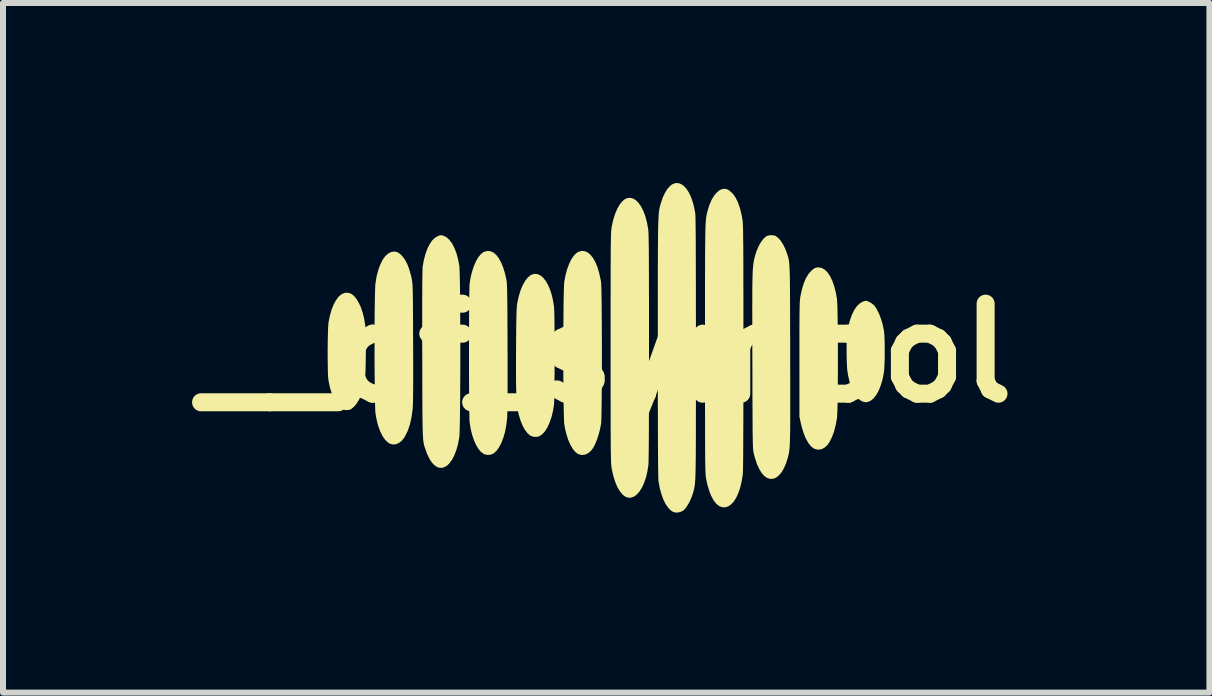
<source format=kicad_pcb>
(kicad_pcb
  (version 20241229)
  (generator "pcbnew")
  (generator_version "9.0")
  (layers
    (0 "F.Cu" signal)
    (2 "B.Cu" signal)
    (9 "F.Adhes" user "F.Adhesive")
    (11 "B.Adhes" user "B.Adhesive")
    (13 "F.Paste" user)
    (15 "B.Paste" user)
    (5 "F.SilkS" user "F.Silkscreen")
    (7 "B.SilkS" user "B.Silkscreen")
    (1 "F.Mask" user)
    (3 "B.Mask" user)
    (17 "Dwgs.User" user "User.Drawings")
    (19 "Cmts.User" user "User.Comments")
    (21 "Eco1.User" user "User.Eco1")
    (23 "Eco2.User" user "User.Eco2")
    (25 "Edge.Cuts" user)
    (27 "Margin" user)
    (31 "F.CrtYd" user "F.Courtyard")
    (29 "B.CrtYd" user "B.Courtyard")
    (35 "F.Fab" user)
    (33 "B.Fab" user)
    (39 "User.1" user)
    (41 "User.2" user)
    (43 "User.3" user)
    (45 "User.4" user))
  (footprint "__df_symbol"
    (layer "F.Cu")
    (at 7.05 2.831)
    (property "Reference" "__df_symbol" (at 0 0 0) (layer "F.SilkS") (effects (font (size 1.5 1.5) (thickness 0.3))))
    (attr board_only exclude_from_pos_files exclude_from_bom)
    (fp_poly (pts (xy 4.356 -0.863) (xy 4.393 -0.845) (xy 4.431 -0.821) (xy 4.464 -0.792) (xy 4.474 -0.78) (xy 4.512 -0.723) (xy 4.547 -0.65) (xy 4.579 -0.566) (xy 4.606 -0.474) (xy 4.626 -0.377) (xy 4.63 -0.347) (xy 4.634 -0.305) (xy 4.637 -0.248) (xy 4.639 -0.18) (xy 4.64 -0.103) (xy 4.64 -0.021) (xy 4.64 0.06) (xy 4.638 0.139) (xy 4.635 0.211) (xy 4.632 0.272) (xy 4.627 0.319) (xy 4.625 0.332) (xy 4.604 0.44) (xy 4.575 0.537) (xy 4.542 0.622) (xy 4.503 0.693) (xy 4.46 0.75) (xy 4.414 0.791) (xy 4.365 0.815) (xy 4.326 0.821) (xy 4.297 0.816) (xy 4.263 0.805) (xy 4.252 0.8) (xy 4.205 0.767) (xy 4.161 0.716) (xy 4.121 0.65) (xy 4.085 0.571) (xy 4.054 0.479) (xy 4.031 0.378) (xy 4.021 0.32) (xy 4.015 0.273) (xy 4.011 0.211) (xy 4.008 0.137) (xy 4.006 0.057) (xy 4.005 -0.027) (xy 4.005 -0.11) (xy 4.007 -0.188) (xy 4.009 -0.256) (xy 4.013 -0.312) (xy 4.016 -0.338) (xy 4.035 -0.448) (xy 4.062 -0.549) (xy 4.095 -0.64) (xy 4.132 -0.716) (xy 4.174 -0.777) (xy 4.183 -0.787) (xy 4.224 -0.825) (xy 4.268 -0.852) (xy 4.31 -0.867) (xy 4.326 -0.869)) (stroke (width 0) (type solid)) (fill yes) (layer "F.SilkS"))
    (fp_poly (pts (xy -4.263 -0.993) (xy -4.25 -0.987) (xy -4.206 -0.955) (xy -4.164 -0.905) (xy -4.125 -0.841) (xy -4.089 -0.764) (xy -4.059 -0.675) (xy -4.034 -0.579) (xy -4.017 -0.476) (xy -4.015 -0.467) (xy -4.012 -0.428) (xy -4.009 -0.372) (xy -4.007 -0.304) (xy -4.006 -0.226) (xy -4.005 -0.14) (xy -4.005 -0.05) (xy -4.005 0.041) (xy -4.007 0.13) (xy -4.008 0.214) (xy -4.01 0.291) (xy -4.013 0.357) (xy -4.016 0.41) (xy -4.02 0.445) (xy -4.045 0.573) (xy -4.077 0.685) (xy -4.118 0.778) (xy -4.166 0.854) (xy -4.204 0.897) (xy -4.242 0.929) (xy -4.271 0.945) (xy -4.282 0.948) (xy -4.307 0.949) (xy -4.32 0.951) (xy -4.338 0.952) (xy -4.363 0.948) (xy -4.41 0.927) (xy -4.455 0.889) (xy -4.497 0.834) (xy -4.536 0.765) (xy -4.57 0.683) (xy -4.599 0.589) (xy -4.622 0.487) (xy -4.63 0.435) (xy -4.633 0.401) (xy -4.636 0.351) (xy -4.638 0.287) (xy -4.639 0.212) (xy -4.64 0.13) (xy -4.641 0.042) (xy -4.641 -0.049) (xy -4.64 -0.139) (xy -4.639 -0.226) (xy -4.637 -0.307) (xy -4.635 -0.379) (xy -4.632 -0.44) (xy -4.629 -0.486) (xy -4.626 -0.513) (xy -4.603 -0.624) (xy -4.575 -0.723) (xy -4.541 -0.808) (xy -4.502 -0.879) (xy -4.46 -0.936) (xy -4.414 -0.976) (xy -4.365 -0.999) (xy -4.315 -1.005)) (stroke (width 0) (type solid)) (fill yes) (layer "F.SilkS"))
    (fp_poly (pts (xy 3.59 -1.417) (xy 3.64 -1.389) (xy 3.687 -1.343) (xy 3.73 -1.28) (xy 3.767 -1.202) (xy 3.8 -1.108) (xy 3.827 -1) (xy 3.844 -0.904) (xy 3.847 -0.875) (xy 3.849 -0.828) (xy 3.852 -0.766) (xy 3.854 -0.689) (xy 3.855 -0.6) (xy 3.857 -0.5) (xy 3.858 -0.391) (xy 3.859 -0.276) (xy 3.86 -0.155) (xy 3.86 -0.03) (xy 3.86 0.096) (xy 3.86 0.222) (xy 3.86 0.346) (xy 3.859 0.467) (xy 3.858 0.582) (xy 3.857 0.69) (xy 3.855 0.789) (xy 3.854 0.878) (xy 3.852 0.953) (xy 3.849 1.015) (xy 3.847 1.06) (xy 3.845 1.084) (xy 3.824 1.199) (xy 3.797 1.305) (xy 3.763 1.399) (xy 3.723 1.479) (xy 3.683 1.536) (xy 3.637 1.578) (xy 3.587 1.603) (xy 3.534 1.611) (xy 3.481 1.601) (xy 3.453 1.588) (xy 3.408 1.551) (xy 3.366 1.497) (xy 3.326 1.426) (xy 3.291 1.341) (xy 3.261 1.244) (xy 3.244 1.177) (xy 3.219 1.06) (xy 3.219 0.103) (xy 3.219 -0.057) (xy 3.219 -0.198) (xy 3.219 -0.322) (xy 3.219 -0.43) (xy 3.22 -0.524) (xy 3.22 -0.605) (xy 3.221 -0.673) (xy 3.222 -0.731) (xy 3.223 -0.779) (xy 3.224 -0.819) (xy 3.226 -0.852) (xy 3.228 -0.879) (xy 3.23 -0.901) (xy 3.232 -0.921) (xy 3.235 -0.938) (xy 3.236 -0.948) (xy 3.262 -1.064) (xy 3.292 -1.162) (xy 3.327 -1.245) (xy 3.368 -1.313) (xy 3.397 -1.348) (xy 3.436 -1.387) (xy 3.471 -1.412) (xy 3.506 -1.424) (xy 3.536 -1.426)) (stroke (width 0) (type solid)) (fill yes) (layer "F.SilkS"))
    (fp_poly (pts (xy -1.145 -1.314) (xy -1.097 -1.293) (xy -1.051 -1.255) (xy -1.009 -1.202) (xy -0.97 -1.135) (xy -0.935 -1.054) (xy -0.906 -0.962) (xy -0.883 -0.859) (xy -0.87 -0.772) (xy -0.868 -0.745) (xy -0.866 -0.701) (xy -0.864 -0.641) (xy -0.863 -0.567) (xy -0.862 -0.482) (xy -0.861 -0.387) (xy -0.86 -0.284) (xy -0.86 -0.176) (xy -0.86 -0.063) (xy -0.86 0.051) (xy -0.86 0.165) (xy -0.86 0.277) (xy -0.861 0.386) (xy -0.861 0.488) (xy -0.862 0.582) (xy -0.864 0.667) (xy -0.865 0.739) (xy -0.867 0.798) (xy -0.869 0.841) (xy -0.87 0.865) (xy -0.887 0.967) (xy -0.911 1.065) (xy -0.941 1.154) (xy -0.976 1.233) (xy -1.015 1.297) (xy -1.038 1.326) (xy -1.082 1.367) (xy -1.124 1.391) (xy -1.169 1.399) (xy -1.22 1.394) (xy -1.266 1.375) (xy -1.31 1.338) (xy -1.352 1.284) (xy -1.391 1.215) (xy -1.426 1.131) (xy -1.455 1.035) (xy -1.457 1.027) (xy -1.466 0.988) (xy -1.474 0.947) (xy -1.481 0.902) (xy -1.487 0.852) (xy -1.491 0.795) (xy -1.495 0.731) (xy -1.498 0.657) (xy -1.501 0.572) (xy -1.502 0.476) (xy -1.503 0.365) (xy -1.503 0.24) (xy -1.503 0.098) (xy -1.502 -0.061) (xy -1.502 -0.103) (xy -1.501 -0.234) (xy -1.5 -0.348) (xy -1.499 -0.445) (xy -1.498 -0.528) (xy -1.496 -0.597) (xy -1.495 -0.654) (xy -1.493 -0.702) (xy -1.491 -0.741) (xy -1.489 -0.773) (xy -1.486 -0.8) (xy -1.483 -0.823) (xy -1.48 -0.84) (xy -1.456 -0.949) (xy -1.426 -1.047) (xy -1.39 -1.132) (xy -1.35 -1.203) (xy -1.306 -1.258) (xy -1.259 -1.296) (xy -1.245 -1.304) (xy -1.195 -1.318)) (stroke (width 0) (type solid)) (fill yes) (layer "F.SilkS"))
    (fp_poly (pts (xy -3.498 -1.686) (xy -3.463 -1.671) (xy -3.427 -1.644) (xy -3.397 -1.612) (xy -3.352 -1.553) (xy -3.314 -1.48) (xy -3.281 -1.393) (xy -3.252 -1.288) (xy -3.237 -1.221) (xy -3.235 -1.206) (xy -3.232 -1.188) (xy -3.23 -1.167) (xy -3.228 -1.141) (xy -3.226 -1.109) (xy -3.225 -1.07) (xy -3.223 -1.023) (xy -3.222 -0.966) (xy -3.221 -0.898) (xy -3.22 -0.819) (xy -3.22 -0.726) (xy -3.219 -0.618) (xy -3.218 -0.495) (xy -3.218 -0.355) (xy -3.217 -0.197) (xy -3.217 -0.166) (xy -3.216 0.031) (xy -3.216 0.21) (xy -3.216 0.368) (xy -3.216 0.508) (xy -3.217 0.627) (xy -3.218 0.728) (xy -3.219 0.808) (xy -3.221 0.87) (xy -3.223 0.911) (xy -3.223 0.922) (xy -3.242 1.064) (xy -3.27 1.191) (xy -3.308 1.301) (xy -3.356 1.395) (xy -3.367 1.414) (xy -3.41 1.466) (xy -3.458 1.502) (xy -3.508 1.522) (xy -3.559 1.524) (xy -3.608 1.51) (xy -3.63 1.496) (xy -3.682 1.448) (xy -3.728 1.382) (xy -3.769 1.299) (xy -3.803 1.202) (xy -3.83 1.09) (xy -3.844 1.006) (xy -3.847 0.977) (xy -3.849 0.931) (xy -3.851 0.868) (xy -3.853 0.79) (xy -3.855 0.7) (xy -3.856 0.599) (xy -3.857 0.489) (xy -3.858 0.371) (xy -3.859 0.247) (xy -3.86 0.118) (xy -3.86 -0.013) (xy -3.86 -0.144) (xy -3.86 -0.275) (xy -3.859 -0.403) (xy -3.859 -0.527) (xy -3.858 -0.646) (xy -3.857 -0.756) (xy -3.855 -0.857) (xy -3.853 -0.947) (xy -3.852 -1.025) (xy -3.849 -1.088) (xy -3.847 -1.134) (xy -3.844 -1.163) (xy -3.825 -1.278) (xy -3.798 -1.381) (xy -3.765 -1.471) (xy -3.728 -1.548) (xy -3.685 -1.609) (xy -3.638 -1.653) (xy -3.588 -1.681) (xy -3.536 -1.69)) (stroke (width 0) (type solid)) (fill yes) (layer "F.SilkS"))
    (fp_poly (pts (xy -0.361 -1.697) (xy -0.311 -1.676) (xy -0.264 -1.638) (xy -0.221 -1.584) (xy -0.181 -1.514) (xy -0.146 -1.43) (xy -0.117 -1.332) (xy -0.093 -1.221) (xy -0.086 -1.182) (xy -0.084 -1.158) (xy -0.082 -1.116) (xy -0.08 -1.058) (xy -0.079 -0.984) (xy -0.077 -0.898) (xy -0.076 -0.8) (xy -0.075 -0.692) (xy -0.074 -0.575) (xy -0.073 -0.451) (xy -0.073 -0.322) (xy -0.072 -0.189) (xy -0.072 -0.054) (xy -0.072 0.081) (xy -0.072 0.216) (xy -0.073 0.348) (xy -0.073 0.476) (xy -0.074 0.599) (xy -0.075 0.714) (xy -0.076 0.82) (xy -0.077 0.916) (xy -0.079 1) (xy -0.08 1.07) (xy -0.082 1.126) (xy -0.084 1.164) (xy -0.086 1.182) (xy -0.103 1.271) (xy -0.126 1.359) (xy -0.153 1.441) (xy -0.183 1.515) (xy -0.214 1.576) (xy -0.247 1.622) (xy -0.248 1.624) (xy -0.297 1.667) (xy -0.349 1.693) (xy -0.403 1.7) (xy -0.455 1.689) (xy -0.467 1.684) (xy -0.512 1.652) (xy -0.554 1.602) (xy -0.593 1.537) (xy -0.629 1.459) (xy -0.659 1.368) (xy -0.684 1.268) (xy -0.698 1.189) (xy -0.701 1.16) (xy -0.703 1.114) (xy -0.705 1.051) (xy -0.707 0.974) (xy -0.709 0.884) (xy -0.711 0.782) (xy -0.712 0.67) (xy -0.713 0.55) (xy -0.714 0.423) (xy -0.714 0.291) (xy -0.715 0.156) (xy -0.715 0.019) (xy -0.715 -0.118) (xy -0.715 -0.254) (xy -0.714 -0.387) (xy -0.713 -0.515) (xy -0.712 -0.637) (xy -0.711 -0.752) (xy -0.71 -0.856) (xy -0.708 -0.95) (xy -0.706 -1.031) (xy -0.704 -1.098) (xy -0.701 -1.149) (xy -0.699 -1.183) (xy -0.698 -1.189) (xy -0.678 -1.295) (xy -0.652 -1.393) (xy -0.62 -1.48) (xy -0.584 -1.556) (xy -0.543 -1.617) (xy -0.5 -1.661) (xy -0.465 -1.684) (xy -0.412 -1.7)) (stroke (width 0) (type solid)) (fill yes) (layer "F.SilkS"))
    (fp_poly (pts (xy -1.933 -1.697) (xy -1.883 -1.676) (xy -1.836 -1.638) (xy -1.792 -1.582) (xy -1.752 -1.51) (xy -1.716 -1.422) (xy -1.685 -1.32) (xy -1.665 -1.231) (xy -1.662 -1.216) (xy -1.659 -1.199) (xy -1.657 -1.179) (xy -1.655 -1.154) (xy -1.654 -1.123) (xy -1.652 -1.086) (xy -1.651 -1.04) (xy -1.65 -0.986) (xy -1.649 -0.921) (xy -1.648 -0.844) (xy -1.647 -0.755) (xy -1.646 -0.651) (xy -1.646 -0.533) (xy -1.645 -0.399) (xy -1.644 -0.247) (xy -1.644 -0.103) (xy -1.643 0.098) (xy -1.643 0.281) (xy -1.643 0.446) (xy -1.643 0.593) (xy -1.644 0.722) (xy -1.644 0.832) (xy -1.645 0.924) (xy -1.647 0.996) (xy -1.649 1.05) (xy -1.65 1.079) (xy -1.664 1.197) (xy -1.684 1.307) (xy -1.712 1.408) (xy -1.746 1.496) (xy -1.785 1.571) (xy -1.829 1.631) (xy -1.877 1.673) (xy -1.884 1.678) (xy -1.931 1.696) (xy -1.983 1.698) (xy -2.034 1.685) (xy -2.043 1.68) (xy -2.088 1.647) (xy -2.13 1.596) (xy -2.169 1.531) (xy -2.204 1.452) (xy -2.234 1.363) (xy -2.258 1.265) (xy -2.275 1.16) (xy -2.275 1.158) (xy -2.277 1.133) (xy -2.279 1.091) (xy -2.28 1.032) (xy -2.281 0.959) (xy -2.282 0.872) (xy -2.283 0.774) (xy -2.284 0.666) (xy -2.285 0.549) (xy -2.286 0.426) (xy -2.286 0.298) (xy -2.286 0.166) (xy -2.286 0.032) (xy -2.286 -0.103) (xy -2.286 -0.236) (xy -2.286 -0.366) (xy -2.285 -0.492) (xy -2.285 -0.612) (xy -2.284 -0.724) (xy -2.283 -0.827) (xy -2.282 -0.919) (xy -2.281 -0.999) (xy -2.279 -1.065) (xy -2.278 -1.115) (xy -2.276 -1.149) (xy -2.275 -1.158) (xy -2.259 -1.26) (xy -2.235 -1.356) (xy -2.206 -1.445) (xy -2.172 -1.523) (xy -2.134 -1.59) (xy -2.093 -1.642) (xy -2.051 -1.677) (xy -2.038 -1.684) (xy -1.985 -1.7)) (stroke (width 0) (type solid)) (fill yes) (layer "F.SilkS"))
    (fp_poly (pts (xy -2.714 -1.954) (xy -2.661 -1.929) (xy -2.613 -1.885) (xy -2.568 -1.825) (xy -2.529 -1.748) (xy -2.494 -1.658) (xy -2.467 -1.555) (xy -2.447 -1.451) (xy -2.445 -1.425) (xy -2.443 -1.381) (xy -2.441 -1.32) (xy -2.439 -1.244) (xy -2.437 -1.154) (xy -2.436 -1.052) (xy -2.435 -0.939) (xy -2.433 -0.817) (xy -2.433 -0.686) (xy -2.432 -0.549) (xy -2.431 -0.407) (xy -2.431 -0.261) (xy -2.431 -0.113) (xy -2.431 0.037) (xy -2.431 0.185) (xy -2.431 0.332) (xy -2.432 0.475) (xy -2.433 0.613) (xy -2.433 0.745) (xy -2.435 0.869) (xy -2.436 0.984) (xy -2.437 1.088) (xy -2.439 1.181) (xy -2.441 1.259) (xy -2.443 1.323) (xy -2.445 1.371) (xy -2.447 1.4) (xy -2.448 1.404) (xy -2.468 1.514) (xy -2.495 1.612) (xy -2.528 1.699) (xy -2.565 1.773) (xy -2.607 1.832) (xy -2.651 1.876) (xy -2.699 1.904) (xy -2.748 1.915) (xy -2.799 1.908) (xy -2.821 1.898) (xy -2.866 1.867) (xy -2.909 1.819) (xy -2.949 1.756) (xy -2.984 1.681) (xy -3.003 1.63) (xy -3.011 1.607) (xy -3.018 1.586) (xy -3.025 1.567) (xy -3.031 1.548) (xy -3.036 1.529) (xy -3.04 1.508) (xy -3.044 1.484) (xy -3.048 1.457) (xy -3.051 1.425) (xy -3.053 1.388) (xy -3.056 1.343) (xy -3.057 1.291) (xy -3.059 1.231) (xy -3.06 1.16) (xy -3.061 1.078) (xy -3.062 0.985) (xy -3.063 0.879) (xy -3.063 0.758) (xy -3.064 0.623) (xy -3.064 0.472) (xy -3.064 0.304) (xy -3.065 0.117) (xy -3.065 0.029) (xy -3.066 -0.186) (xy -3.066 -0.382) (xy -3.066 -0.56) (xy -3.066 -0.72) (xy -3.066 -0.863) (xy -3.065 -0.988) (xy -3.065 -1.098) (xy -3.064 -1.191) (xy -3.063 -1.269) (xy -3.062 -1.332) (xy -3.061 -1.381) (xy -3.06 -1.416) (xy -3.058 -1.438) (xy -3.058 -1.441) (xy -3.038 -1.549) (xy -3.012 -1.648) (xy -2.98 -1.737) (xy -2.942 -1.812) (xy -2.901 -1.873) (xy -2.856 -1.917) (xy -2.843 -1.926) (xy -2.803 -1.949) (xy -2.772 -1.96) (xy -2.741 -1.961)) (stroke (width 0) (type solid)) (fill yes) (layer "F.SilkS"))
    (fp_poly (pts (xy 0.45 -2.573) (xy 0.497 -2.543) (xy 0.542 -2.497) (xy 0.583 -2.436) (xy 0.621 -2.361) (xy 0.653 -2.273) (xy 0.679 -2.175) (xy 0.699 -2.066) (xy 0.701 -2.052) (xy 0.702 -2.033) (xy 0.704 -2.009) (xy 0.705 -1.978) (xy 0.706 -1.941) (xy 0.707 -1.896) (xy 0.708 -1.843) (xy 0.709 -1.781) (xy 0.71 -1.708) (xy 0.71 -1.624) (xy 0.711 -1.529) (xy 0.711 -1.421) (xy 0.712 -1.3) (xy 0.712 -1.164) (xy 0.712 -1.014) (xy 0.713 -0.848) (xy 0.713 -0.665) (xy 0.713 -0.465) (xy 0.713 -0.247) (xy 0.713 -0.093) (xy 0.713 0.164) (xy 0.713 0.401) (xy 0.713 0.619) (xy 0.712 0.819) (xy 0.712 1) (xy 0.711 1.163) (xy 0.711 1.309) (xy 0.71 1.437) (xy 0.709 1.548) (xy 0.708 1.643) (xy 0.707 1.721) (xy 0.706 1.782) (xy 0.705 1.828) (xy 0.703 1.859) (xy 0.702 1.871) (xy 0.685 1.979) (xy 0.661 2.079) (xy 0.63 2.167) (xy 0.595 2.244) (xy 0.555 2.307) (xy 0.511 2.357) (xy 0.465 2.392) (xy 0.416 2.41) (xy 0.367 2.411) (xy 0.324 2.397) (xy 0.276 2.363) (xy 0.232 2.311) (xy 0.19 2.243) (xy 0.154 2.16) (xy 0.122 2.063) (xy 0.097 1.954) (xy 0.091 1.925) (xy 0.089 1.912) (xy 0.087 1.898) (xy 0.085 1.882) (xy 0.084 1.864) (xy 0.082 1.843) (xy 0.081 1.817) (xy 0.08 1.786) (xy 0.079 1.749) (xy 0.078 1.705) (xy 0.077 1.654) (xy 0.076 1.594) (xy 0.076 1.524) (xy 0.075 1.445) (xy 0.075 1.354) (xy 0.074 1.251) (xy 0.074 1.136) (xy 0.074 1.007) (xy 0.074 0.863) (xy 0.073 0.705) (xy 0.073 0.529) (xy 0.073 0.337) (xy 0.073 0.127) (xy 0.073 -0.088) (xy 0.073 -0.316) (xy 0.073 -0.525) (xy 0.073 -0.716) (xy 0.073 -0.89) (xy 0.074 -1.048) (xy 0.074 -1.191) (xy 0.074 -1.319) (xy 0.074 -1.433) (xy 0.075 -1.535) (xy 0.075 -1.625) (xy 0.076 -1.704) (xy 0.076 -1.773) (xy 0.077 -1.833) (xy 0.078 -1.884) (xy 0.079 -1.927) (xy 0.08 -1.964) (xy 0.081 -1.994) (xy 0.082 -2.02) (xy 0.084 -2.041) (xy 0.086 -2.059) (xy 0.087 -2.074) (xy 0.089 -2.088) (xy 0.091 -2.1) (xy 0.115 -2.211) (xy 0.145 -2.31) (xy 0.181 -2.396) (xy 0.221 -2.468) (xy 0.265 -2.524) (xy 0.312 -2.563) (xy 0.35 -2.58) (xy 0.401 -2.585)) (stroke (width 0) (type solid)) (fill yes) (layer "F.SilkS"))
    (fp_poly (pts (xy 2.8 -1.958) (xy 2.822 -1.95) (xy 2.864 -1.919) (xy 2.907 -1.871) (xy 2.946 -1.81) (xy 2.982 -1.738) (xy 3.007 -1.671) (xy 3.015 -1.649) (xy 3.021 -1.63) (xy 3.027 -1.612) (xy 3.032 -1.594) (xy 3.037 -1.576) (xy 3.041 -1.555) (xy 3.045 -1.533) (xy 3.048 -1.506) (xy 3.051 -1.475) (xy 3.053 -1.438) (xy 3.055 -1.395) (xy 3.057 -1.344) (xy 3.059 -1.285) (xy 3.06 -1.215) (xy 3.061 -1.136) (xy 3.062 -1.044) (xy 3.062 -0.941) (xy 3.063 -0.823) (xy 3.063 -0.691) (xy 3.064 -0.544) (xy 3.064 -0.38) (xy 3.065 -0.198) (xy 3.065 0.002) (xy 3.065 0.015) (xy 3.065 0.219) (xy 3.066 0.405) (xy 3.066 0.574) (xy 3.066 0.726) (xy 3.066 0.862) (xy 3.066 0.984) (xy 3.066 1.092) (xy 3.065 1.187) (xy 3.065 1.271) (xy 3.064 1.344) (xy 3.062 1.407) (xy 3.061 1.462) (xy 3.059 1.509) (xy 3.057 1.549) (xy 3.055 1.583) (xy 3.052 1.613) (xy 3.048 1.639) (xy 3.045 1.662) (xy 3.041 1.683) (xy 3.036 1.703) (xy 3.031 1.723) (xy 3.029 1.733) (xy 2.999 1.832) (xy 2.963 1.916) (xy 2.923 1.986) (xy 2.878 2.039) (xy 2.831 2.076) (xy 2.781 2.096) (xy 2.729 2.097) (xy 2.682 2.083) (xy 2.635 2.051) (xy 2.591 2.001) (xy 2.55 1.934) (xy 2.512 1.852) (xy 2.48 1.755) (xy 2.455 1.66) (xy 2.453 1.649) (xy 2.451 1.636) (xy 2.449 1.619) (xy 2.447 1.599) (xy 2.446 1.573) (xy 2.444 1.541) (xy 2.443 1.502) (xy 2.442 1.455) (xy 2.441 1.4) (xy 2.44 1.334) (xy 2.439 1.257) (xy 2.439 1.169) (xy 2.438 1.068) (xy 2.438 0.953) (xy 2.437 0.824) (xy 2.436 0.679) (xy 2.436 0.517) (xy 2.436 0.338) (xy 2.435 0.14) (xy 2.435 0.127) (xy 2.434 -0.077) (xy 2.434 -0.263) (xy 2.434 -0.431) (xy 2.434 -0.582) (xy 2.433 -0.718) (xy 2.434 -0.839) (xy 2.434 -0.947) (xy 2.434 -1.043) (xy 2.435 -1.126) (xy 2.436 -1.199) (xy 2.438 -1.263) (xy 2.439 -1.318) (xy 2.441 -1.366) (xy 2.444 -1.407) (xy 2.447 -1.442) (xy 2.45 -1.473) (xy 2.454 -1.5) (xy 2.458 -1.525) (xy 2.462 -1.548) (xy 2.467 -1.57) (xy 2.473 -1.593) (xy 2.478 -1.612) (xy 2.504 -1.696) (xy 2.537 -1.774) (xy 2.574 -1.841) (xy 2.614 -1.896) (xy 2.656 -1.936) (xy 2.677 -1.949) (xy 2.714 -1.96) (xy 2.758 -1.963)) (stroke (width 0) (type solid)) (fill yes) (layer "F.SilkS"))
    (fp_poly (pts (xy 2.022 -2.724) (xy 2.045 -2.711) (xy 2.102 -2.662) (xy 2.152 -2.595) (xy 2.194 -2.512) (xy 2.229 -2.411) (xy 2.258 -2.292) (xy 2.271 -2.213) (xy 2.273 -2.199) (xy 2.275 -2.182) (xy 2.276 -2.161) (xy 2.277 -2.135) (xy 2.279 -2.102) (xy 2.28 -2.063) (xy 2.281 -2.017) (xy 2.281 -1.962) (xy 2.282 -1.898) (xy 2.283 -1.825) (xy 2.284 -1.74) (xy 2.284 -1.644) (xy 2.285 -1.536) (xy 2.285 -1.415) (xy 2.285 -1.28) (xy 2.285 -1.131) (xy 2.286 -0.966) (xy 2.286 -0.785) (xy 2.286 -0.586) (xy 2.286 -0.371) (xy 2.286 -0.136) (xy 2.286 -0.088) (xy 2.286 0.188) (xy 2.286 0.445) (xy 2.286 0.683) (xy 2.285 0.901) (xy 2.285 1.1) (xy 2.284 1.28) (xy 2.283 1.441) (xy 2.283 1.582) (xy 2.282 1.703) (xy 2.281 1.806) (xy 2.28 1.889) (xy 2.279 1.952) (xy 2.277 1.996) (xy 2.276 2.02) (xy 2.276 2.022) (xy 2.257 2.139) (xy 2.232 2.244) (xy 2.201 2.336) (xy 2.164 2.414) (xy 2.123 2.478) (xy 2.077 2.526) (xy 2.028 2.558) (xy 1.976 2.572) (xy 1.927 2.569) (xy 1.878 2.548) (xy 1.831 2.509) (xy 1.788 2.453) (xy 1.749 2.381) (xy 1.715 2.294) (xy 1.685 2.192) (xy 1.664 2.091) (xy 1.662 2.078) (xy 1.66 2.065) (xy 1.658 2.05) (xy 1.657 2.032) (xy 1.655 2.012) (xy 1.654 1.987) (xy 1.653 1.957) (xy 1.652 1.921) (xy 1.651 1.879) (xy 1.65 1.829) (xy 1.649 1.771) (xy 1.649 1.704) (xy 1.648 1.628) (xy 1.648 1.54) (xy 1.647 1.442) (xy 1.647 1.331) (xy 1.647 1.206) (xy 1.647 1.068) (xy 1.646 0.916) (xy 1.646 0.747) (xy 1.646 0.563) (xy 1.646 0.361) (xy 1.646 0.141) (xy 1.646 -0.083) (xy 1.646 -0.322) (xy 1.646 -0.543) (xy 1.646 -0.745) (xy 1.646 -0.931) (xy 1.646 -1.1) (xy 1.646 -1.254) (xy 1.647 -1.393) (xy 1.647 -1.519) (xy 1.647 -1.632) (xy 1.648 -1.732) (xy 1.649 -1.821) (xy 1.65 -1.9) (xy 1.651 -1.969) (xy 1.652 -2.03) (xy 1.654 -2.082) (xy 1.655 -2.127) (xy 1.657 -2.166) (xy 1.66 -2.2) (xy 1.662 -2.228) (xy 1.665 -2.253) (xy 1.668 -2.275) (xy 1.672 -2.295) (xy 1.675 -2.313) (xy 1.68 -2.331) (xy 1.684 -2.349) (xy 1.689 -2.368) (xy 1.692 -2.379) (xy 1.72 -2.469) (xy 1.754 -2.548) (xy 1.793 -2.615) (xy 1.836 -2.668) (xy 1.881 -2.707) (xy 1.928 -2.73) (xy 1.976 -2.736)) (stroke (width 0) (type solid)) (fill yes) (layer "F.SilkS"))
    (fp_poly (pts (xy 1.248 -2.814) (xy 1.295 -2.781) (xy 1.338 -2.733) (xy 1.379 -2.671) (xy 1.414 -2.595) (xy 1.445 -2.506) (xy 1.469 -2.407) (xy 1.484 -2.321) (xy 1.486 -2.302) (xy 1.487 -2.267) (xy 1.488 -2.215) (xy 1.489 -2.146) (xy 1.49 -2.06) (xy 1.491 -1.956) (xy 1.492 -1.835) (xy 1.492 -1.695) (xy 1.493 -1.538) (xy 1.493 -1.362) (xy 1.494 -1.168) (xy 1.494 -0.955) (xy 1.494 -0.723) (xy 1.495 -0.473) (xy 1.495 -0.203) (xy 1.495 -0.08) (xy 1.495 0.166) (xy 1.495 0.394) (xy 1.495 0.604) (xy 1.495 0.796) (xy 1.494 0.972) (xy 1.494 1.133) (xy 1.494 1.279) (xy 1.494 1.411) (xy 1.493 1.529) (xy 1.493 1.636) (xy 1.492 1.73) (xy 1.491 1.815) (xy 1.49 1.889) (xy 1.489 1.954) (xy 1.487 2.01) (xy 1.486 2.059) (xy 1.484 2.101) (xy 1.481 2.138) (xy 1.479 2.169) (xy 1.476 2.196) (xy 1.473 2.219) (xy 1.47 2.239) (xy 1.466 2.258) (xy 1.462 2.275) (xy 1.458 2.292) (xy 1.453 2.309) (xy 1.447 2.327) (xy 1.446 2.333) (xy 1.424 2.399) (xy 1.396 2.464) (xy 1.364 2.524) (xy 1.33 2.575) (xy 1.297 2.614) (xy 1.281 2.627) (xy 1.241 2.647) (xy 1.194 2.658) (xy 1.151 2.658) (xy 1.148 2.657) (xy 1.114 2.647) (xy 1.085 2.63) (xy 1.055 2.603) (xy 1.036 2.582) (xy 0.992 2.521) (xy 0.952 2.443) (xy 0.919 2.351) (xy 0.892 2.25) (xy 0.872 2.14) (xy 0.87 2.125) (xy 0.869 2.106) (xy 0.868 2.072) (xy 0.867 2.023) (xy 0.866 1.958) (xy 0.865 1.878) (xy 0.864 1.781) (xy 0.863 1.668) (xy 0.862 1.538) (xy 0.862 1.391) (xy 0.861 1.226) (xy 0.861 1.044) (xy 0.86 0.844) (xy 0.86 0.625) (xy 0.86 0.388) (xy 0.86 0.131) (xy 0.86 -0.092) (xy 0.86 -0.337) (xy 0.86 -0.564) (xy 0.86 -0.773) (xy 0.86 -0.965) (xy 0.86 -1.141) (xy 0.86 -1.301) (xy 0.86 -1.446) (xy 0.861 -1.578) (xy 0.861 -1.696) (xy 0.862 -1.802) (xy 0.863 -1.896) (xy 0.864 -1.98) (xy 0.865 -2.054) (xy 0.866 -2.119) (xy 0.868 -2.176) (xy 0.87 -2.225) (xy 0.872 -2.267) (xy 0.874 -2.304) (xy 0.877 -2.335) (xy 0.88 -2.363) (xy 0.884 -2.386) (xy 0.887 -2.408) (xy 0.892 -2.427) (xy 0.896 -2.445) (xy 0.901 -2.463) (xy 0.907 -2.482) (xy 0.913 -2.502) (xy 0.914 -2.507) (xy 0.945 -2.597) (xy 0.983 -2.676) (xy 1.025 -2.741) (xy 1.071 -2.789) (xy 1.1 -2.81) (xy 1.15 -2.83) (xy 1.2 -2.831)) (stroke (width 0) (type solid)) (fill yes) (layer "F.SilkS")))
  (gr_rect
    (start -3 -3)
    (end 17.1 8.489)
    (stroke (width 0.1) (type default))
    (fill no)
    (layer "Edge.Cuts")))
</source>
